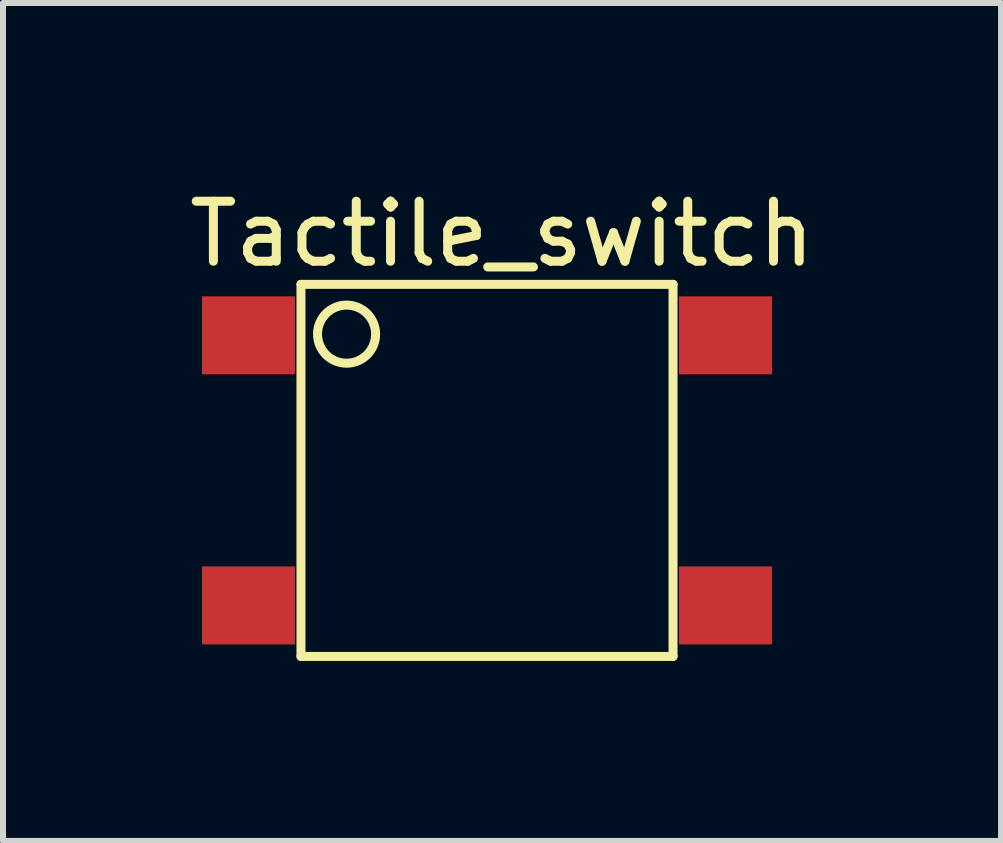
<source format=kicad_pcb>
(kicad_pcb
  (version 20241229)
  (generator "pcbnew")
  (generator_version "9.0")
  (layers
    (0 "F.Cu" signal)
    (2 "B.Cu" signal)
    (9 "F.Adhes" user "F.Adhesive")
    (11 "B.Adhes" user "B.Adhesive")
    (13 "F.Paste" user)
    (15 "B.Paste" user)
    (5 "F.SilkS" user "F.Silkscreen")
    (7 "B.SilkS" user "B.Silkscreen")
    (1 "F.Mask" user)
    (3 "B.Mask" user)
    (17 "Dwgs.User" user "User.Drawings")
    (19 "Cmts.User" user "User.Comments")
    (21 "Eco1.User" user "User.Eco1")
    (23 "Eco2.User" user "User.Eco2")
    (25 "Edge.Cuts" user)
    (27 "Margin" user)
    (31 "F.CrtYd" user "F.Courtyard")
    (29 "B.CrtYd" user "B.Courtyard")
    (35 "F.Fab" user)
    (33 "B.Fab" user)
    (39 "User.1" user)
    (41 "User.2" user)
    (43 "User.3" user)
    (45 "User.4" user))
  (footprint "Tactile_switch"
    (layer "F.Cu")
    (at 5.065 4.788)
    (property "Reference" "Tactile_switch" (at 0.25 -3.94 0) (layer "F.SilkS") (effects (font (size 1 1) (thickness 0.15))))
    (attr smd)
    (fp_line (start -3.1 -3.1) (end -3.1 3.1) (stroke (width 0.15) (type solid)) (layer "F.SilkS"))
    (fp_line (start -3.1 3.1) (end 3.1 3.1) (stroke (width 0.15) (type solid)) (layer "F.SilkS"))
    (fp_line (start 3.1 -3.1) (end -3.1 -3.1) (stroke (width 0.15) (type solid)) (layer "F.SilkS"))
    (fp_line (start 3.1 3.1) (end 3.1 -3.1) (stroke (width 0.15) (type solid)) (layer "F.SilkS"))
    (fp_circle (center -2.34 -2.27) (end -1.96 -1.97) (stroke (width 0.15) (type solid)) (fill no) (layer "F.SilkS"))
    (pad "1" smd rect (at -3.975 -2.25) (size 1.55 1.3) (layers "F.Cu" "F.Mask" "F.Paste"))
    (pad "2" smd rect (at 3.975 -2.25) (size 1.55 1.3) (layers "F.Cu" "F.Mask" "F.Paste"))
    (pad "3" smd rect (at -3.975 2.25) (size 1.55 1.3) (layers "F.Cu" "F.Mask" "F.Paste"))
    (pad "4" smd rect (at 3.975 2.25) (size 1.55 1.3) (layers "F.Cu" "F.Mask" "F.Paste")))
  (gr_rect
    (start -3 -3)
    (end 13.631 10.963)
    (stroke (width 0.1) (type default))
    (fill no)
    (layer "Edge.Cuts")))
</source>
